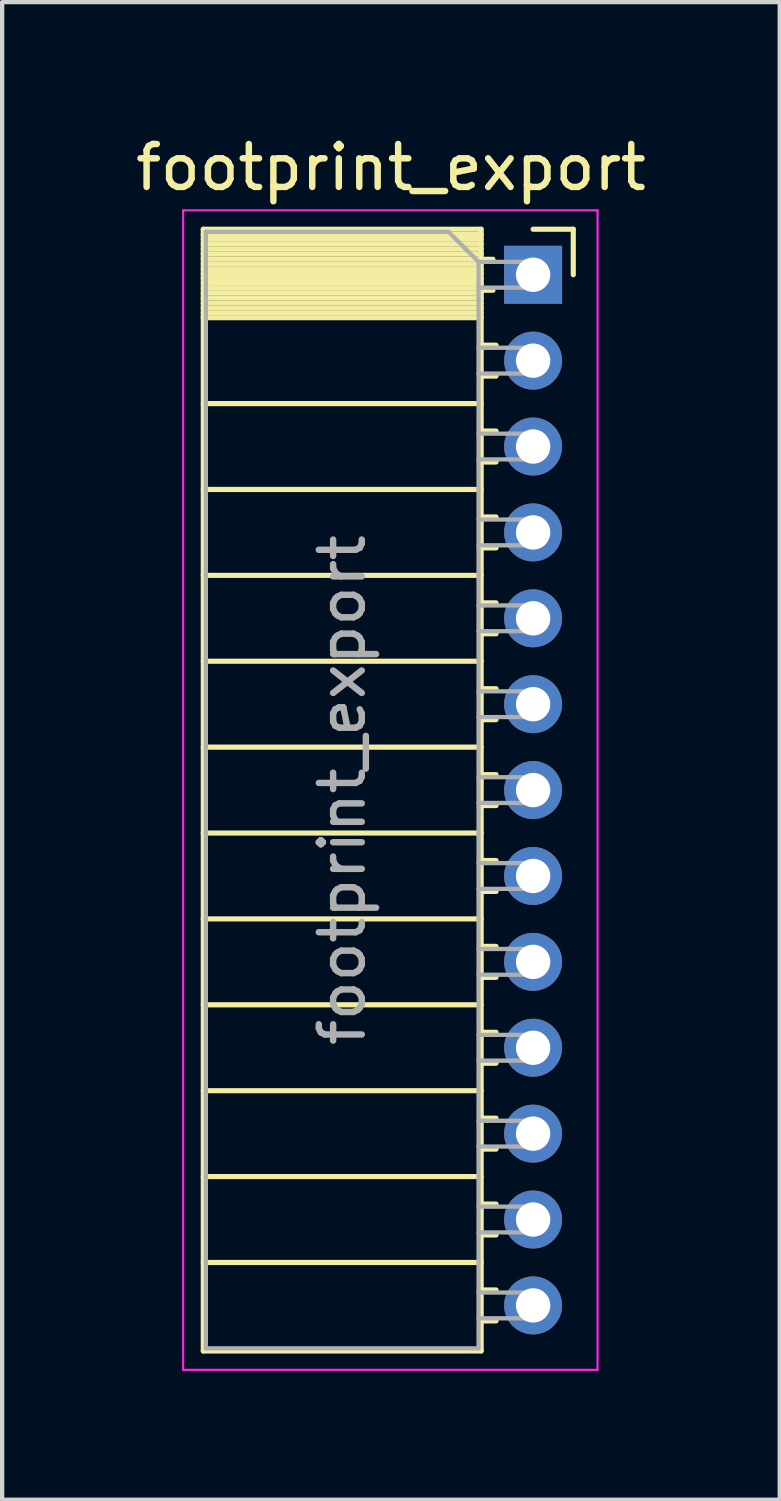
<source format=kicad_pcb>
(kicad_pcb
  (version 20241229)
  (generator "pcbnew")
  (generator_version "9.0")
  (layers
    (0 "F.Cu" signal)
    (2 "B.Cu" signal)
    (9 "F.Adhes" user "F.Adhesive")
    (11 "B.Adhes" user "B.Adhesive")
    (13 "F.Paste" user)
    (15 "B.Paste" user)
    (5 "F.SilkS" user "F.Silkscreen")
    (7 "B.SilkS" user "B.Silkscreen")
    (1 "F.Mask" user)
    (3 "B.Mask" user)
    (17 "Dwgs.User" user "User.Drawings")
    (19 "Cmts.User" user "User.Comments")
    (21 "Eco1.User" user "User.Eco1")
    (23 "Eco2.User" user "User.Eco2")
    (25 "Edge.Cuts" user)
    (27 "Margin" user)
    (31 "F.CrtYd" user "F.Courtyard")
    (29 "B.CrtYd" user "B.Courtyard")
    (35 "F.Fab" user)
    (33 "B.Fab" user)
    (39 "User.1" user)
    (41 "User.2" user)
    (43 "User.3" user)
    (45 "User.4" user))
  (footprint "footprint_export"
    (layer "F.Cu")
    (at 9.364 3.348)
    (property "Reference" "footprint_export" (at -3.31 -2.5 0) (layer "F.SilkS") (effects (font (size 1 1) (thickness 0.15))))
    (attr through_hole)
    (fp_line (start -7.68 -1.06) (end -7.68 25.06) (stroke (width 0.12) (type solid)) (layer "F.SilkS"))
    (fp_line (start -7.68 -1.06) (end -1.21 -1.06) (stroke (width 0.12) (type solid)) (layer "F.SilkS"))
    (fp_line (start -7.68 -0.94) (end -1.21 -0.94) (stroke (width 0.12) (type solid)) (layer "F.SilkS"))
    (fp_line (start -7.68 -0.826) (end -1.21 -0.826) (stroke (width 0.12) (type solid)) (layer "F.SilkS"))
    (fp_line (start -7.68 -0.712) (end -1.21 -0.712) (stroke (width 0.12) (type solid)) (layer "F.SilkS"))
    (fp_line (start -7.68 -0.598) (end -1.21 -0.598) (stroke (width 0.12) (type solid)) (layer "F.SilkS"))
    (fp_line (start -7.68 -0.484) (end -1.21 -0.484) (stroke (width 0.12) (type solid)) (layer "F.SilkS"))
    (fp_line (start -7.68 -0.369) (end -1.21 -0.369) (stroke (width 0.12) (type solid)) (layer "F.SilkS"))
    (fp_line (start -7.68 -0.255) (end -1.21 -0.255) (stroke (width 0.12) (type solid)) (layer "F.SilkS"))
    (fp_line (start -7.68 -0.141) (end -1.21 -0.141) (stroke (width 0.12) (type solid)) (layer "F.SilkS"))
    (fp_line (start -7.68 -0.027) (end -1.21 -0.027) (stroke (width 0.12) (type solid)) (layer "F.SilkS"))
    (fp_line (start -7.68 0.087) (end -1.21 0.087) (stroke (width 0.12) (type solid)) (layer "F.SilkS"))
    (fp_line (start -7.68 0.201) (end -1.21 0.201) (stroke (width 0.12) (type solid)) (layer "F.SilkS"))
    (fp_line (start -7.68 0.315) (end -1.21 0.315) (stroke (width 0.12) (type solid)) (layer "F.SilkS"))
    (fp_line (start -7.68 0.429) (end -1.21 0.429) (stroke (width 0.12) (type solid)) (layer "F.SilkS"))
    (fp_line (start -7.68 0.544) (end -1.21 0.544) (stroke (width 0.12) (type solid)) (layer "F.SilkS"))
    (fp_line (start -7.68 0.658) (end -1.21 0.658) (stroke (width 0.12) (type solid)) (layer "F.SilkS"))
    (fp_line (start -7.68 0.772) (end -1.21 0.772) (stroke (width 0.12) (type solid)) (layer "F.SilkS"))
    (fp_line (start -7.68 0.886) (end -1.21 0.886) (stroke (width 0.12) (type solid)) (layer "F.SilkS"))
    (fp_line (start -7.68 1) (end -1.21 1) (stroke (width 0.12) (type solid)) (layer "F.SilkS"))
    (fp_line (start -7.68 3) (end -1.21 3) (stroke (width 0.12) (type solid)) (layer "F.SilkS"))
    (fp_line (start -7.68 5) (end -1.21 5) (stroke (width 0.12) (type solid)) (layer "F.SilkS"))
    (fp_line (start -7.68 7) (end -1.21 7) (stroke (width 0.12) (type solid)) (layer "F.SilkS"))
    (fp_line (start -7.68 9) (end -1.21 9) (stroke (width 0.12) (type solid)) (layer "F.SilkS"))
    (fp_line (start -7.68 11) (end -1.21 11) (stroke (width 0.12) (type solid)) (layer "F.SilkS"))
    (fp_line (start -7.68 13) (end -1.21 13) (stroke (width 0.12) (type solid)) (layer "F.SilkS"))
    (fp_line (start -7.68 15) (end -1.21 15) (stroke (width 0.12) (type solid)) (layer "F.SilkS"))
    (fp_line (start -7.68 17) (end -1.21 17) (stroke (width 0.12) (type solid)) (layer "F.SilkS"))
    (fp_line (start -7.68 19) (end -1.21 19) (stroke (width 0.12) (type solid)) (layer "F.SilkS"))
    (fp_line (start -7.68 21) (end -1.21 21) (stroke (width 0.12) (type solid)) (layer "F.SilkS"))
    (fp_line (start -7.68 23) (end -1.21 23) (stroke (width 0.12) (type solid)) (layer "F.SilkS"))
    (fp_line (start -7.68 25.06) (end -1.21 25.06) (stroke (width 0.12) (type solid)) (layer "F.SilkS"))
    (fp_line (start -1.21 -1.06) (end -1.21 25.06) (stroke (width 0.12) (type solid)) (layer "F.SilkS"))
    (fp_line (start -1.21 -0.36) (end -0.935 -0.36) (stroke (width 0.12) (type solid)) (layer "F.SilkS"))
    (fp_line (start -1.21 0.36) (end -0.935 0.36) (stroke (width 0.12) (type solid)) (layer "F.SilkS"))
    (fp_line (start -1.21 1.64) (end -0.863 1.64) (stroke (width 0.12) (type solid)) (layer "F.SilkS"))
    (fp_line (start -1.21 2.36) (end -0.863 2.36) (stroke (width 0.12) (type solid)) (layer "F.SilkS"))
    (fp_line (start -1.21 3.64) (end -0.863 3.64) (stroke (width 0.12) (type solid)) (layer "F.SilkS"))
    (fp_line (start -1.21 4.36) (end -0.863 4.36) (stroke (width 0.12) (type solid)) (layer "F.SilkS"))
    (fp_line (start -1.21 5.64) (end -0.863 5.64) (stroke (width 0.12) (type solid)) (layer "F.SilkS"))
    (fp_line (start -1.21 6.36) (end -0.863 6.36) (stroke (width 0.12) (type solid)) (layer "F.SilkS"))
    (fp_line (start -1.21 7.64) (end -0.863 7.64) (stroke (width 0.12) (type solid)) (layer "F.SilkS"))
    (fp_line (start -1.21 8.36) (end -0.863 8.36) (stroke (width 0.12) (type solid)) (layer "F.SilkS"))
    (fp_line (start -1.21 9.64) (end -0.863 9.64) (stroke (width 0.12) (type solid)) (layer "F.SilkS"))
    (fp_line (start -1.21 10.36) (end -0.863 10.36) (stroke (width 0.12) (type solid)) (layer "F.SilkS"))
    (fp_line (start -1.21 11.64) (end -0.863 11.64) (stroke (width 0.12) (type solid)) (layer "F.SilkS"))
    (fp_line (start -1.21 12.36) (end -0.863 12.36) (stroke (width 0.12) (type solid)) (layer "F.SilkS"))
    (fp_line (start -1.21 13.64) (end -0.863 13.64) (stroke (width 0.12) (type solid)) (layer "F.SilkS"))
    (fp_line (start -1.21 14.36) (end -0.863 14.36) (stroke (width 0.12) (type solid)) (layer "F.SilkS"))
    (fp_line (start -1.21 15.64) (end -0.863 15.64) (stroke (width 0.12) (type solid)) (layer "F.SilkS"))
    (fp_line (start -1.21 16.36) (end -0.863 16.36) (stroke (width 0.12) (type solid)) (layer "F.SilkS"))
    (fp_line (start -1.21 17.64) (end -0.863 17.64) (stroke (width 0.12) (type solid)) (layer "F.SilkS"))
    (fp_line (start -1.21 18.36) (end -0.863 18.36) (stroke (width 0.12) (type solid)) (layer "F.SilkS"))
    (fp_line (start -1.21 19.64) (end -0.863 19.64) (stroke (width 0.12) (type solid)) (layer "F.SilkS"))
    (fp_line (start -1.21 20.36) (end -0.863 20.36) (stroke (width 0.12) (type solid)) (layer "F.SilkS"))
    (fp_line (start -1.21 21.64) (end -0.863 21.64) (stroke (width 0.12) (type solid)) (layer "F.SilkS"))
    (fp_line (start -1.21 22.36) (end -0.863 22.36) (stroke (width 0.12) (type solid)) (layer "F.SilkS"))
    (fp_line (start -1.21 23.64) (end -0.863 23.64) (stroke (width 0.12) (type solid)) (layer "F.SilkS"))
    (fp_line (start -1.21 24.36) (end -0.863 24.36) (stroke (width 0.12) (type solid)) (layer "F.SilkS"))
    (fp_line (start 0 -1.06) (end 0.935 -1.06) (stroke (width 0.12) (type solid)) (layer "F.SilkS"))
    (fp_line (start 0.935 -1.06) (end 0.935 0) (stroke (width 0.12) (type solid)) (layer "F.SilkS"))
    (fp_line (start -8.15 -1.5) (end -8.15 25.5) (stroke (width 0.05) (type solid)) (layer "F.CrtYd"))
    (fp_line (start -8.15 25.5) (end 1.5 25.5) (stroke (width 0.05) (type solid)) (layer "F.CrtYd"))
    (fp_line (start 1.5 -1.5) (end -8.15 -1.5) (stroke (width 0.05) (type solid)) (layer "F.CrtYd"))
    (fp_line (start 1.5 25.5) (end 1.5 -1.5) (stroke (width 0.05) (type solid)) (layer "F.CrtYd"))
    (fp_line (start -7.62 -1) (end -1.97 -1) (stroke (width 0.1) (type solid)) (layer "F.Fab"))
    (fp_line (start -7.62 25) (end -7.62 -1) (stroke (width 0.1) (type solid)) (layer "F.Fab"))
    (fp_line (start -1.97 -1) (end -1.27 -0.3) (stroke (width 0.1) (type solid)) (layer "F.Fab"))
    (fp_line (start -1.27 -0.3) (end -1.27 25) (stroke (width 0.1) (type solid)) (layer "F.Fab"))
    (fp_line (start -1.27 0.3) (end 0 0.3) (stroke (width 0.1) (type solid)) (layer "F.Fab"))
    (fp_line (start -1.27 2.3) (end 0 2.3) (stroke (width 0.1) (type solid)) (layer "F.Fab"))
    (fp_line (start -1.27 4.3) (end 0 4.3) (stroke (width 0.1) (type solid)) (layer "F.Fab"))
    (fp_line (start -1.27 6.3) (end 0 6.3) (stroke (width 0.1) (type solid)) (layer "F.Fab"))
    (fp_line (start -1.27 8.3) (end 0 8.3) (stroke (width 0.1) (type solid)) (layer "F.Fab"))
    (fp_line (start -1.27 10.3) (end 0 10.3) (stroke (width 0.1) (type solid)) (layer "F.Fab"))
    (fp_line (start -1.27 12.3) (end 0 12.3) (stroke (width 0.1) (type solid)) (layer "F.Fab"))
    (fp_line (start -1.27 14.3) (end 0 14.3) (stroke (width 0.1) (type solid)) (layer "F.Fab"))
    (fp_line (start -1.27 16.3) (end 0 16.3) (stroke (width 0.1) (type solid)) (layer "F.Fab"))
    (fp_line (start -1.27 18.3) (end 0 18.3) (stroke (width 0.1) (type solid)) (layer "F.Fab"))
    (fp_line (start -1.27 20.3) (end 0 20.3) (stroke (width 0.1) (type solid)) (layer "F.Fab"))
    (fp_line (start -1.27 22.3) (end 0 22.3) (stroke (width 0.1) (type solid)) (layer "F.Fab"))
    (fp_line (start -1.27 24.3) (end 0 24.3) (stroke (width 0.1) (type solid)) (layer "F.Fab"))
    (fp_line (start -1.27 25) (end -7.62 25) (stroke (width 0.1) (type solid)) (layer "F.Fab"))
    (fp_line (start 0 -0.3) (end -1.27 -0.3) (stroke (width 0.1) (type solid)) (layer "F.Fab"))
    (fp_line (start 0 0.3) (end 0 -0.3) (stroke (width 0.1) (type solid)) (layer "F.Fab"))
    (fp_line (start 0 1.7) (end -1.27 1.7) (stroke (width 0.1) (type solid)) (layer "F.Fab"))
    (fp_line (start 0 2.3) (end 0 1.7) (stroke (width 0.1) (type solid)) (layer "F.Fab"))
    (fp_line (start 0 3.7) (end -1.27 3.7) (stroke (width 0.1) (type solid)) (layer "F.Fab"))
    (fp_line (start 0 4.3) (end 0 3.7) (stroke (width 0.1) (type solid)) (layer "F.Fab"))
    (fp_line (start 0 5.7) (end -1.27 5.7) (stroke (width 0.1) (type solid)) (layer "F.Fab"))
    (fp_line (start 0 6.3) (end 0 5.7) (stroke (width 0.1) (type solid)) (layer "F.Fab"))
    (fp_line (start 0 7.7) (end -1.27 7.7) (stroke (width 0.1) (type solid)) (layer "F.Fab"))
    (fp_line (start 0 8.3) (end 0 7.7) (stroke (width 0.1) (type solid)) (layer "F.Fab"))
    (fp_line (start 0 9.7) (end -1.27 9.7) (stroke (width 0.1) (type solid)) (layer "F.Fab"))
    (fp_line (start 0 10.3) (end 0 9.7) (stroke (width 0.1) (type solid)) (layer "F.Fab"))
    (fp_line (start 0 11.7) (end -1.27 11.7) (stroke (width 0.1) (type solid)) (layer "F.Fab"))
    (fp_line (start 0 12.3) (end 0 11.7) (stroke (width 0.1) (type solid)) (layer "F.Fab"))
    (fp_line (start 0 13.7) (end -1.27 13.7) (stroke (width 0.1) (type solid)) (layer "F.Fab"))
    (fp_line (start 0 14.3) (end 0 13.7) (stroke (width 0.1) (type solid)) (layer "F.Fab"))
    (fp_line (start 0 15.7) (end -1.27 15.7) (stroke (width 0.1) (type solid)) (layer "F.Fab"))
    (fp_line (start 0 16.3) (end 0 15.7) (stroke (width 0.1) (type solid)) (layer "F.Fab"))
    (fp_line (start 0 17.7) (end -1.27 17.7) (stroke (width 0.1) (type solid)) (layer "F.Fab"))
    (fp_line (start 0 18.3) (end 0 17.7) (stroke (width 0.1) (type solid)) (layer "F.Fab"))
    (fp_line (start 0 19.7) (end -1.27 19.7) (stroke (width 0.1) (type solid)) (layer "F.Fab"))
    (fp_line (start 0 20.3) (end 0 19.7) (stroke (width 0.1) (type solid)) (layer "F.Fab"))
    (fp_line (start 0 21.7) (end -1.27 21.7) (stroke (width 0.1) (type solid)) (layer "F.Fab"))
    (fp_line (start 0 22.3) (end 0 21.7) (stroke (width 0.1) (type solid)) (layer "F.Fab"))
    (fp_line (start 0 23.7) (end -1.27 23.7) (stroke (width 0.1) (type solid)) (layer "F.Fab"))
    (fp_line (start 0 24.3) (end 0 23.7) (stroke (width 0.1) (type solid)) (layer "F.Fab"))
    (fp_text user "${REFERENCE}" (at -4.445 12 90) (layer "F.Fab") (effects (font (size 1 1) (thickness 0.15))))
    (pad "1" thru_hole rect (at 0 0) (size 1.35 1.35) (drill 0.8) (layers "*.Cu" "*.Mask"))
    (pad "2" thru_hole oval (at 0 2) (size 1.35 1.35) (drill 0.8) (layers "*.Cu" "*.Mask"))
    (pad "3" thru_hole oval (at 0 4) (size 1.35 1.35) (drill 0.8) (layers "*.Cu" "*.Mask"))
    (pad "4" thru_hole oval (at 0 6) (size 1.35 1.35) (drill 0.8) (layers "*.Cu" "*.Mask"))
    (pad "5" thru_hole oval (at 0 8) (size 1.35 1.35) (drill 0.8) (layers "*.Cu" "*.Mask"))
    (pad "6" thru_hole oval (at 0 10) (size 1.35 1.35) (drill 0.8) (layers "*.Cu" "*.Mask"))
    (pad "7" thru_hole oval (at 0 12) (size 1.35 1.35) (drill 0.8) (layers "*.Cu" "*.Mask"))
    (pad "8" thru_hole oval (at 0 14) (size 1.35 1.35) (drill 0.8) (layers "*.Cu" "*.Mask"))
    (pad "9" thru_hole oval (at 0 16) (size 1.35 1.35) (drill 0.8) (layers "*.Cu" "*.Mask"))
    (pad "10" thru_hole oval (at 0 18) (size 1.35 1.35) (drill 0.8) (layers "*.Cu" "*.Mask"))
    (pad "11" thru_hole oval (at 0 20) (size 1.35 1.35) (drill 0.8) (layers "*.Cu" "*.Mask"))
    (pad "12" thru_hole oval (at 0 22) (size 1.35 1.35) (drill 0.8) (layers "*.Cu" "*.Mask"))
    (pad "13" thru_hole oval (at 0 24) (size 1.35 1.35) (drill 0.8) (layers "*.Cu" "*.Mask")))
  (gr_rect
    (start -3 -3)
    (end 15.107 31.873)
    (stroke (width 0.1) (type default))
    (fill no)
    (layer "Edge.Cuts")))
</source>
